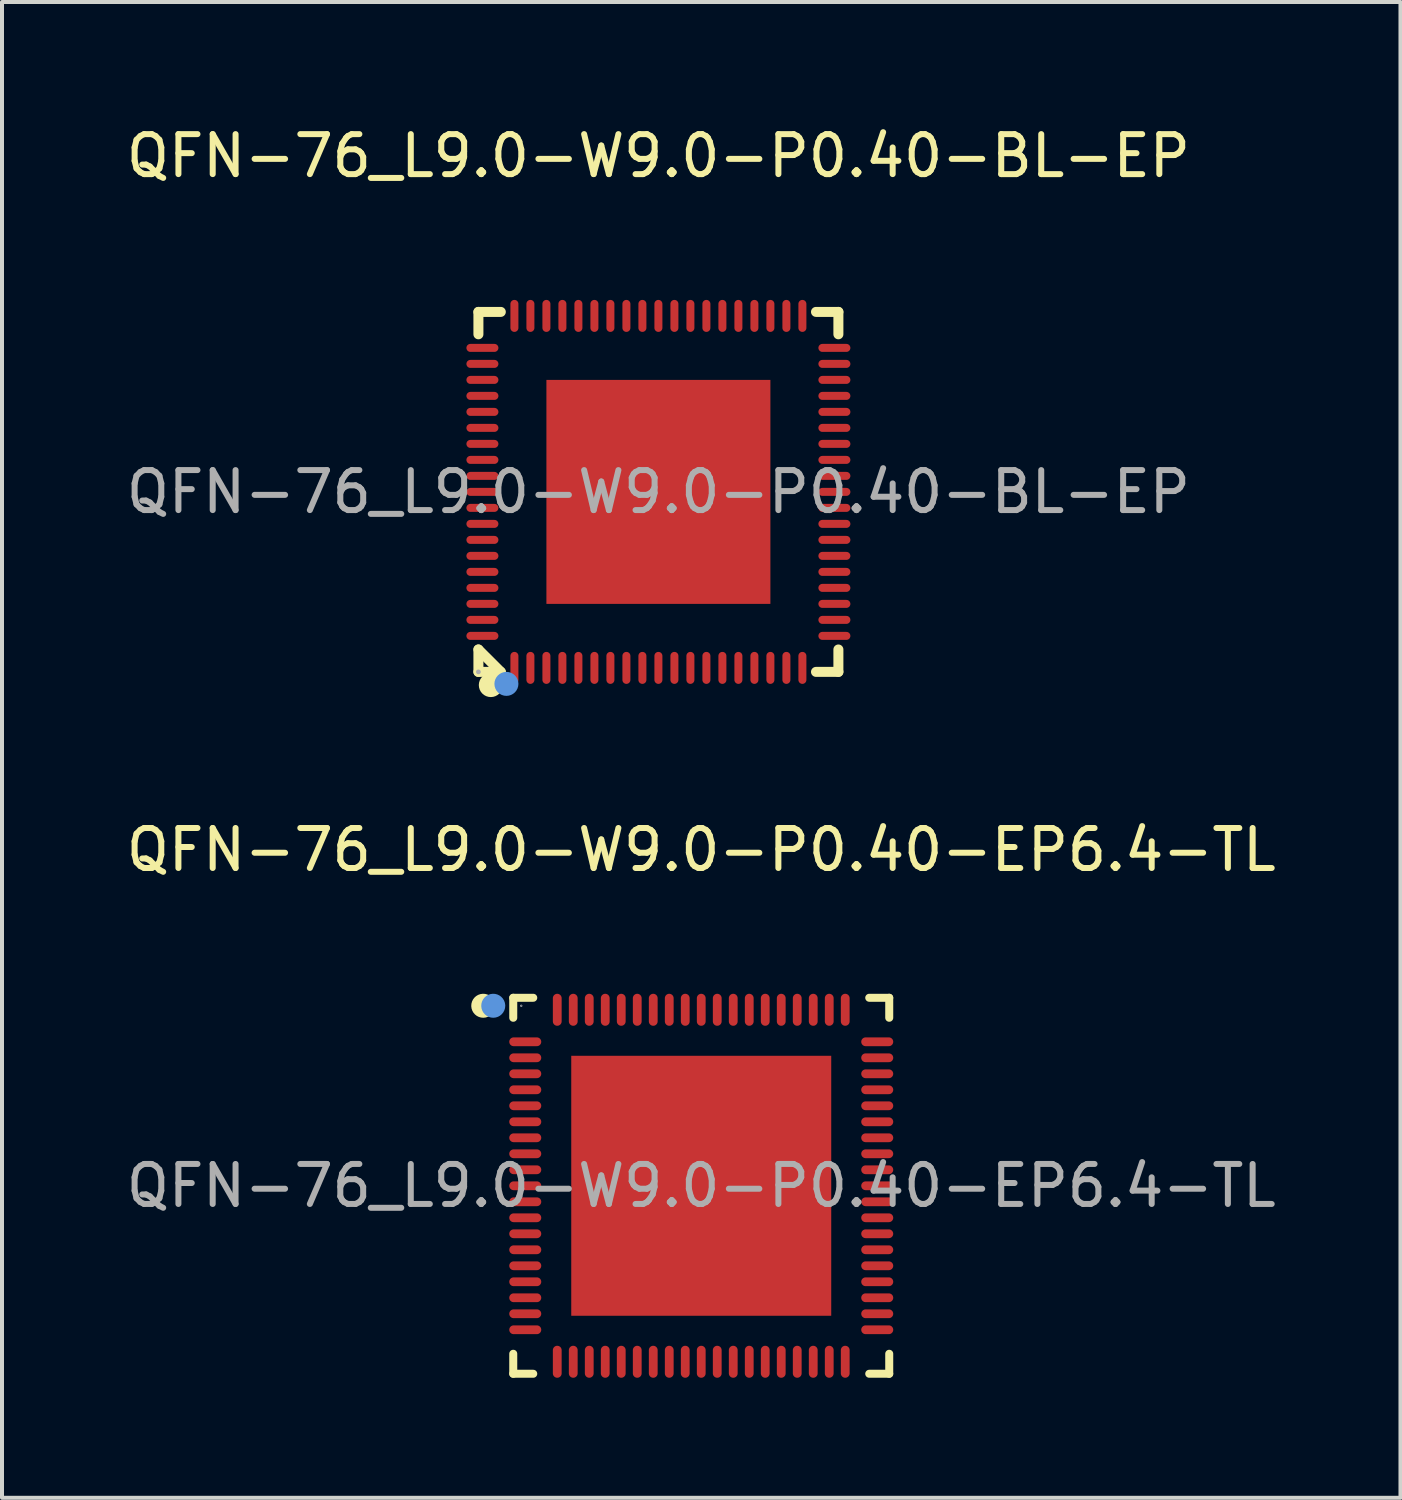
<source format=kicad_pcb>
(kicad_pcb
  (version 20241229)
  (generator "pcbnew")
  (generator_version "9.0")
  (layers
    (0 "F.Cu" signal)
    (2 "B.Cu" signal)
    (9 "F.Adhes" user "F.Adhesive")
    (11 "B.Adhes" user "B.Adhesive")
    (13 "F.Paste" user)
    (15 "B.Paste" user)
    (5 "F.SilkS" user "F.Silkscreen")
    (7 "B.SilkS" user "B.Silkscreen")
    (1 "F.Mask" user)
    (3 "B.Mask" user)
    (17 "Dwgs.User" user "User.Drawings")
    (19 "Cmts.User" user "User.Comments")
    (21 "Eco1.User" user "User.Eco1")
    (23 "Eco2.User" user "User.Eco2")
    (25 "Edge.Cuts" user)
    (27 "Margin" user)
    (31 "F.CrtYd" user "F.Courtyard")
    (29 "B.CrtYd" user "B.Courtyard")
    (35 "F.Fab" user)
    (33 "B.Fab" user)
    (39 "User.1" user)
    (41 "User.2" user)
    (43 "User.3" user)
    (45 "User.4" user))
  (footprint "QFN-76_L9.0-W9.0-P0.40-EP6.4-TL"
    (layer "F.Cu")
    (at 14.482 26.596)
    (property "Reference" "QFN-76_L9.0-W9.0-P0.40-EP6.4-TL" (at 0 -8.4 0) (layer "F.SilkS") (effects (font (size 1 1) (thickness 0.15))))
    (attr through_hole)
    (fp_line (start -4.7 -4.7) (end -4.2 -4.7) (stroke (width 0.2) (type solid)) (layer "F.SilkS"))
    (fp_line (start -4.7 -4.2) (end -4.7 -4.7) (stroke (width 0.2) (type solid)) (layer "F.SilkS"))
    (fp_line (start -4.7 4.7) (end -4.7 4.2) (stroke (width 0.2) (type solid)) (layer "F.SilkS"))
    (fp_line (start -4.2 4.7) (end -4.7 4.7) (stroke (width 0.2) (type solid)) (layer "F.SilkS"))
    (fp_line (start 4.2 4.7) (end 4.7 4.7) (stroke (width 0.2) (type solid)) (layer "F.SilkS"))
    (fp_line (start 4.7 -4.7) (end 4.2 -4.7) (stroke (width 0.2) (type solid)) (layer "F.SilkS"))
    (fp_line (start 4.7 -4.2) (end 4.7 -4.7) (stroke (width 0.2) (type solid)) (layer "F.SilkS"))
    (fp_line (start 4.7 4.7) (end 4.7 4.2) (stroke (width 0.2) (type solid)) (layer "F.SilkS"))
    (fp_arc (start -5.3 -4.5) (mid -5.599917 -4.495001) (end -5.300333 -4.509993) (stroke (width 0.3) (type solid)) (layer "F.SilkS"))
    (fp_arc (start -5.05 -4.5) (mid -5.349917 -4.495001) (end -5.050333 -4.509993) (stroke (width 0.3) (type solid)) (layer "Cmts.User"))
    (fp_circle (center -4.5 -4.5) (end -4.48 -4.5) (stroke (width 0.02) (type solid)) (fill no) (layer "F.Fab"))
    (fp_text user "${REFERENCE}" (at 0 0 0) (layer "F.Fab") (effects (font (size 1 1) (thickness 0.15))))
    (pad "1" smd oval (at -4.4 -3.6 90) (size 0.22 0.8) (layers "F.Cu" "F.Mask" "F.Paste"))
    (pad "2" smd oval (at -4.4 -3.2 90) (size 0.22 0.8) (layers "F.Cu" "F.Mask" "F.Paste"))
    (pad "3" smd oval (at -4.4 -2.8 90) (size 0.22 0.8) (layers "F.Cu" "F.Mask" "F.Paste"))
    (pad "4" smd oval (at -4.4 -2.4 90) (size 0.22 0.8) (layers "F.Cu" "F.Mask" "F.Paste"))
    (pad "5" smd oval (at -4.4 -2 90) (size 0.22 0.8) (layers "F.Cu" "F.Mask" "F.Paste"))
    (pad "6" smd oval (at -4.4 -1.6 90) (size 0.22 0.8) (layers "F.Cu" "F.Mask" "F.Paste"))
    (pad "7" smd oval (at -4.4 -1.2 90) (size 0.22 0.8) (layers "F.Cu" "F.Mask" "F.Paste"))
    (pad "8" smd oval (at -4.4 -0.8 90) (size 0.22 0.8) (layers "F.Cu" "F.Mask" "F.Paste"))
    (pad "9" smd oval (at -4.4 -0.4 90) (size 0.22 0.8) (layers "F.Cu" "F.Mask" "F.Paste"))
    (pad "10" smd oval (at -4.4 0 90) (size 0.22 0.8) (layers "F.Cu" "F.Mask" "F.Paste"))
    (pad "11" smd oval (at -4.4 0.4 90) (size 0.22 0.8) (layers "F.Cu" "F.Mask" "F.Paste"))
    (pad "12" smd oval (at -4.4 0.8 90) (size 0.22 0.8) (layers "F.Cu" "F.Mask" "F.Paste"))
    (pad "13" smd oval (at -4.4 1.2 90) (size 0.22 0.8) (layers "F.Cu" "F.Mask" "F.Paste"))
    (pad "14" smd oval (at -4.4 1.6 90) (size 0.22 0.8) (layers "F.Cu" "F.Mask" "F.Paste"))
    (pad "15" smd oval (at -4.4 2 90) (size 0.22 0.8) (layers "F.Cu" "F.Mask" "F.Paste"))
    (pad "16" smd oval (at -4.4 2.4 90) (size 0.22 0.8) (layers "F.Cu" "F.Mask" "F.Paste"))
    (pad "17" smd oval (at -4.4 2.8 90) (size 0.22 0.8) (layers "F.Cu" "F.Mask" "F.Paste"))
    (pad "18" smd oval (at -4.4 3.2 90) (size 0.22 0.8) (layers "F.Cu" "F.Mask" "F.Paste"))
    (pad "19" smd oval (at -4.4 3.6 90) (size 0.22 0.8) (layers "F.Cu" "F.Mask" "F.Paste"))
    (pad "20" smd oval (at -3.6 4.4 180) (size 0.22 0.8) (layers "F.Cu" "F.Mask" "F.Paste"))
    (pad "21" smd oval (at -3.2 4.4 180) (size 0.22 0.8) (layers "F.Cu" "F.Mask" "F.Paste"))
    (pad "22" smd oval (at -2.8 4.4 180) (size 0.22 0.8) (layers "F.Cu" "F.Mask" "F.Paste"))
    (pad "23" smd oval (at -2.4 4.4 180) (size 0.22 0.8) (layers "F.Cu" "F.Mask" "F.Paste"))
    (pad "24" smd oval (at -2 4.4 180) (size 0.22 0.8) (layers "F.Cu" "F.Mask" "F.Paste"))
    (pad "25" smd oval (at -1.6 4.4 180) (size 0.22 0.8) (layers "F.Cu" "F.Mask" "F.Paste"))
    (pad "26" smd oval (at -1.2 4.4 180) (size 0.22 0.8) (layers "F.Cu" "F.Mask" "F.Paste"))
    (pad "27" smd oval (at -0.8 4.4 180) (size 0.22 0.8) (layers "F.Cu" "F.Mask" "F.Paste"))
    (pad "28" smd oval (at -0.4 4.4 180) (size 0.22 0.8) (layers "F.Cu" "F.Mask" "F.Paste"))
    (pad "29" smd oval (at 0 4.4 180) (size 0.22 0.8) (layers "F.Cu" "F.Mask" "F.Paste"))
    (pad "30" smd oval (at 0.4 4.4 180) (size 0.22 0.8) (layers "F.Cu" "F.Mask" "F.Paste"))
    (pad "31" smd oval (at 0.8 4.4 180) (size 0.22 0.8) (layers "F.Cu" "F.Mask" "F.Paste"))
    (pad "32" smd oval (at 1.2 4.4 180) (size 0.22 0.8) (layers "F.Cu" "F.Mask" "F.Paste"))
    (pad "33" smd oval (at 1.6 4.4 180) (size 0.22 0.8) (layers "F.Cu" "F.Mask" "F.Paste"))
    (pad "34" smd oval (at 2 4.4 180) (size 0.22 0.8) (layers "F.Cu" "F.Mask" "F.Paste"))
    (pad "35" smd oval (at 2.4 4.4 180) (size 0.22 0.8) (layers "F.Cu" "F.Mask" "F.Paste"))
    (pad "36" smd oval (at 2.8 4.4 180) (size 0.22 0.8) (layers "F.Cu" "F.Mask" "F.Paste"))
    (pad "37" smd oval (at 3.2 4.4 180) (size 0.22 0.8) (layers "F.Cu" "F.Mask" "F.Paste"))
    (pad "38" smd oval (at 3.6 4.4 180) (size 0.22 0.8) (layers "F.Cu" "F.Mask" "F.Paste"))
    (pad "39" smd oval (at 4.4 3.6 270) (size 0.22 0.8) (layers "F.Cu" "F.Mask" "F.Paste"))
    (pad "40" smd oval (at 4.4 3.2 270) (size 0.22 0.8) (layers "F.Cu" "F.Mask" "F.Paste"))
    (pad "41" smd oval (at 4.4 2.8 270) (size 0.22 0.8) (layers "F.Cu" "F.Mask" "F.Paste"))
    (pad "42" smd oval (at 4.4 2.4 270) (size 0.22 0.8) (layers "F.Cu" "F.Mask" "F.Paste"))
    (pad "43" smd oval (at 4.4 2 270) (size 0.22 0.8) (layers "F.Cu" "F.Mask" "F.Paste"))
    (pad "44" smd oval (at 4.4 1.6 270) (size 0.22 0.8) (layers "F.Cu" "F.Mask" "F.Paste"))
    (pad "45" smd oval (at 4.4 1.2 270) (size 0.22 0.8) (layers "F.Cu" "F.Mask" "F.Paste"))
    (pad "46" smd oval (at 4.4 0.8 270) (size 0.22 0.8) (layers "F.Cu" "F.Mask" "F.Paste"))
    (pad "47" smd oval (at 4.4 0.4 270) (size 0.22 0.8) (layers "F.Cu" "F.Mask" "F.Paste"))
    (pad "48" smd oval (at 4.4 0 270) (size 0.22 0.8) (layers "F.Cu" "F.Mask" "F.Paste"))
    (pad "49" smd oval (at 4.4 -0.4 270) (size 0.22 0.8) (layers "F.Cu" "F.Mask" "F.Paste"))
    (pad "50" smd oval (at 4.4 -0.8 270) (size 0.22 0.8) (layers "F.Cu" "F.Mask" "F.Paste"))
    (pad "51" smd oval (at 4.4 -1.2 270) (size 0.22 0.8) (layers "F.Cu" "F.Mask" "F.Paste"))
    (pad "52" smd oval (at 4.4 -1.6 270) (size 0.22 0.8) (layers "F.Cu" "F.Mask" "F.Paste"))
    (pad "53" smd oval (at 4.4 -2 270) (size 0.22 0.8) (layers "F.Cu" "F.Mask" "F.Paste"))
    (pad "54" smd oval (at 4.4 -2.4 270) (size 0.22 0.8) (layers "F.Cu" "F.Mask" "F.Paste"))
    (pad "55" smd oval (at 4.4 -2.8 270) (size 0.22 0.8) (layers "F.Cu" "F.Mask" "F.Paste"))
    (pad "56" smd oval (at 4.4 -3.2 270) (size 0.22 0.8) (layers "F.Cu" "F.Mask" "F.Paste"))
    (pad "57" smd oval (at 4.4 -3.6 270) (size 0.22 0.8) (layers "F.Cu" "F.Mask" "F.Paste"))
    (pad "58" smd oval (at 3.6 -4.4) (size 0.22 0.8) (layers "F.Cu" "F.Mask" "F.Paste"))
    (pad "59" smd oval (at 3.2 -4.4) (size 0.22 0.8) (layers "F.Cu" "F.Mask" "F.Paste"))
    (pad "60" smd oval (at 2.8 -4.4) (size 0.22 0.8) (layers "F.Cu" "F.Mask" "F.Paste"))
    (pad "61" smd oval (at 2.4 -4.4) (size 0.22 0.8) (layers "F.Cu" "F.Mask" "F.Paste"))
    (pad "62" smd oval (at 2 -4.4) (size 0.22 0.8) (layers "F.Cu" "F.Mask" "F.Paste"))
    (pad "63" smd oval (at 1.6 -4.4) (size 0.22 0.8) (layers "F.Cu" "F.Mask" "F.Paste"))
    (pad "64" smd oval (at 1.2 -4.4) (size 0.22 0.8) (layers "F.Cu" "F.Mask" "F.Paste"))
    (pad "65" smd oval (at 0.8 -4.4) (size 0.22 0.8) (layers "F.Cu" "F.Mask" "F.Paste"))
    (pad "66" smd oval (at 0.4 -4.4) (size 0.22 0.8) (layers "F.Cu" "F.Mask" "F.Paste"))
    (pad "67" smd oval (at 0 -4.4) (size 0.22 0.8) (layers "F.Cu" "F.Mask" "F.Paste"))
    (pad "68" smd oval (at -0.4 -4.4) (size 0.22 0.8) (layers "F.Cu" "F.Mask" "F.Paste"))
    (pad "69" smd oval (at -0.8 -4.4) (size 0.22 0.8) (layers "F.Cu" "F.Mask" "F.Paste"))
    (pad "70" smd oval (at -1.2 -4.4) (size 0.22 0.8) (layers "F.Cu" "F.Mask" "F.Paste"))
    (pad "71" smd oval (at -1.6 -4.4) (size 0.22 0.8) (layers "F.Cu" "F.Mask" "F.Paste"))
    (pad "72" smd oval (at -2 -4.4) (size 0.22 0.8) (layers "F.Cu" "F.Mask" "F.Paste"))
    (pad "73" smd oval (at -2.4 -4.4) (size 0.22 0.8) (layers "F.Cu" "F.Mask" "F.Paste"))
    (pad "74" smd oval (at -2.8 -4.4) (size 0.22 0.8) (layers "F.Cu" "F.Mask" "F.Paste"))
    (pad "75" smd oval (at -3.2 -4.4) (size 0.22 0.8) (layers "F.Cu" "F.Mask" "F.Paste"))
    (pad "76" smd oval (at -3.6 -4.4) (size 0.22 0.8) (layers "F.Cu" "F.Mask" "F.Paste"))
    (pad "77" smd rect (at 0 0) (size 6.5 6.5) (layers "F.Cu" "F.Mask" "F.Paste")))
  (footprint "QFN-76_L9.0-W9.0-P0.40-BL-EP"
    (layer "F.Cu")
    (at 13.411 9.248)
    (property "Reference" "QFN-76_L9.0-W9.0-P0.40-BL-EP" (at 0 -8.4 0) (layer "F.SilkS") (effects (font (size 1 1) (thickness 0.15))))
    (attr through_hole)
    (fp_line (start -4.5 -4.5) (end -3.94 -4.5) (stroke (width 0.25) (type solid)) (layer "F.SilkS"))
    (fp_line (start -4.5 -3.94) (end -4.5 -4.5) (stroke (width 0.25) (type solid)) (layer "F.SilkS"))
    (fp_line (start -4.5 3.94) (end -3.94 4.5) (stroke (width 0.25) (type solid)) (layer "F.SilkS"))
    (fp_line (start -4.5 4.5) (end -4.5 3.94) (stroke (width 0.25) (type solid)) (layer "F.SilkS"))
    (fp_line (start -4.5 4.5) (end -3.94 4.5) (stroke (width 0.25) (type solid)) (layer "F.SilkS"))
    (fp_line (start 3.94 -4.5) (end 4.5 -4.5) (stroke (width 0.25) (type solid)) (layer "F.SilkS"))
    (fp_line (start 3.94 4.5) (end 4.5 4.5) (stroke (width 0.25) (type solid)) (layer "F.SilkS"))
    (fp_line (start 4.5 -4.5) (end 4.5 -3.94) (stroke (width 0.25) (type solid)) (layer "F.SilkS"))
    (fp_line (start 4.5 3.94) (end 4.5 4.5) (stroke (width 0.25) (type solid)) (layer "F.SilkS"))
    (fp_arc (start -4.19 4.83) (mid -4.19 4.83) (end -4.19 4.83) (stroke (width 0.3) (type solid)) (layer "F.SilkS"))
    (fp_circle (center -3.8 4.8) (end -3.65 4.8) (stroke (width 0.3) (type solid)) (fill no) (layer "Cmts.User"))
    (fp_circle (center -4.5 4.5) (end -4.47 4.5) (stroke (width 0.06) (type solid)) (fill no) (layer "F.Fab"))
    (fp_text user "${REFERENCE}" (at 0 0 0) (layer "F.Fab") (effects (font (size 1 1) (thickness 0.15))))
    (pad "1" smd oval (at -3.6 4.4 180) (size 0.2 0.8) (layers "F.Cu" "F.Mask" "F.Paste"))
    (pad "2" smd oval (at -3.2 4.4 180) (size 0.2 0.8) (layers "F.Cu" "F.Mask" "F.Paste"))
    (pad "3" smd oval (at -2.8 4.4 180) (size 0.2 0.8) (layers "F.Cu" "F.Mask" "F.Paste"))
    (pad "4" smd oval (at -2.4 4.4 180) (size 0.2 0.8) (layers "F.Cu" "F.Mask" "F.Paste"))
    (pad "5" smd oval (at -2 4.4 180) (size 0.2 0.8) (layers "F.Cu" "F.Mask" "F.Paste"))
    (pad "6" smd oval (at -1.6 4.4 180) (size 0.2 0.8) (layers "F.Cu" "F.Mask" "F.Paste"))
    (pad "7" smd oval (at -1.2 4.4 180) (size 0.2 0.8) (layers "F.Cu" "F.Mask" "F.Paste"))
    (pad "8" smd oval (at -0.8 4.4 180) (size 0.2 0.8) (layers "F.Cu" "F.Mask" "F.Paste"))
    (pad "9" smd oval (at -0.4 4.4 180) (size 0.2 0.8) (layers "F.Cu" "F.Mask" "F.Paste"))
    (pad "10" smd oval (at 0 4.4 180) (size 0.2 0.8) (layers "F.Cu" "F.Mask" "F.Paste"))
    (pad "11" smd oval (at 0.4 4.4 180) (size 0.2 0.8) (layers "F.Cu" "F.Mask" "F.Paste"))
    (pad "12" smd oval (at 0.8 4.4 180) (size 0.2 0.8) (layers "F.Cu" "F.Mask" "F.Paste"))
    (pad "13" smd oval (at 1.2 4.4 180) (size 0.2 0.8) (layers "F.Cu" "F.Mask" "F.Paste"))
    (pad "14" smd oval (at 1.6 4.4 180) (size 0.2 0.8) (layers "F.Cu" "F.Mask" "F.Paste"))
    (pad "15" smd oval (at 2 4.4 180) (size 0.2 0.8) (layers "F.Cu" "F.Mask" "F.Paste"))
    (pad "16" smd oval (at 2.4 4.4 180) (size 0.2 0.8) (layers "F.Cu" "F.Mask" "F.Paste"))
    (pad "17" smd oval (at 2.8 4.4 180) (size 0.2 0.8) (layers "F.Cu" "F.Mask" "F.Paste"))
    (pad "18" smd oval (at 3.2 4.4 180) (size 0.2 0.8) (layers "F.Cu" "F.Mask" "F.Paste"))
    (pad "19" smd oval (at 3.6 4.4 180) (size 0.2 0.8) (layers "F.Cu" "F.Mask" "F.Paste"))
    (pad "20" smd oval (at 4.4 3.6 270) (size 0.2 0.8) (layers "F.Cu" "F.Mask" "F.Paste"))
    (pad "21" smd oval (at 4.4 3.2 270) (size 0.2 0.8) (layers "F.Cu" "F.Mask" "F.Paste"))
    (pad "22" smd oval (at 4.4 2.8 270) (size 0.2 0.8) (layers "F.Cu" "F.Mask" "F.Paste"))
    (pad "23" smd oval (at 4.4 2.4 270) (size 0.2 0.8) (layers "F.Cu" "F.Mask" "F.Paste"))
    (pad "24" smd oval (at 4.4 2 270) (size 0.2 0.8) (layers "F.Cu" "F.Mask" "F.Paste"))
    (pad "25" smd oval (at 4.4 1.6 270) (size 0.2 0.8) (layers "F.Cu" "F.Mask" "F.Paste"))
    (pad "26" smd oval (at 4.4 1.2 270) (size 0.2 0.8) (layers "F.Cu" "F.Mask" "F.Paste"))
    (pad "27" smd oval (at 4.4 0.8 270) (size 0.2 0.8) (layers "F.Cu" "F.Mask" "F.Paste"))
    (pad "28" smd oval (at 4.4 0.4 270) (size 0.2 0.8) (layers "F.Cu" "F.Mask" "F.Paste"))
    (pad "29" smd oval (at 4.4 0 270) (size 0.2 0.8) (layers "F.Cu" "F.Mask" "F.Paste"))
    (pad "30" smd oval (at 4.4 -0.4 270) (size 0.2 0.8) (layers "F.Cu" "F.Mask" "F.Paste"))
    (pad "31" smd oval (at 4.4 -0.8 270) (size 0.2 0.8) (layers "F.Cu" "F.Mask" "F.Paste"))
    (pad "32" smd oval (at 4.4 -1.2 270) (size 0.2 0.8) (layers "F.Cu" "F.Mask" "F.Paste"))
    (pad "33" smd oval (at 4.4 -1.6 270) (size 0.2 0.8) (layers "F.Cu" "F.Mask" "F.Paste"))
    (pad "34" smd oval (at 4.4 -2 270) (size 0.2 0.8) (layers "F.Cu" "F.Mask" "F.Paste"))
    (pad "35" smd oval (at 4.4 -2.4 270) (size 0.2 0.8) (layers "F.Cu" "F.Mask" "F.Paste"))
    (pad "36" smd oval (at 4.4 -2.8 270) (size 0.2 0.8) (layers "F.Cu" "F.Mask" "F.Paste"))
    (pad "37" smd oval (at 4.4 -3.2 270) (size 0.2 0.8) (layers "F.Cu" "F.Mask" "F.Paste"))
    (pad "38" smd oval (at 4.4 -3.6 270) (size 0.2 0.8) (layers "F.Cu" "F.Mask" "F.Paste"))
    (pad "39" smd oval (at 3.6 -4.4) (size 0.2 0.8) (layers "F.Cu" "F.Mask" "F.Paste"))
    (pad "40" smd oval (at 3.2 -4.4) (size 0.2 0.8) (layers "F.Cu" "F.Mask" "F.Paste"))
    (pad "41" smd oval (at 2.8 -4.4) (size 0.2 0.8) (layers "F.Cu" "F.Mask" "F.Paste"))
    (pad "42" smd oval (at 2.4 -4.4) (size 0.2 0.8) (layers "F.Cu" "F.Mask" "F.Paste"))
    (pad "43" smd oval (at 2 -4.4) (size 0.2 0.8) (layers "F.Cu" "F.Mask" "F.Paste"))
    (pad "44" smd oval (at 1.6 -4.4) (size 0.2 0.8) (layers "F.Cu" "F.Mask" "F.Paste"))
    (pad "45" smd oval (at 1.2 -4.4) (size 0.2 0.8) (layers "F.Cu" "F.Mask" "F.Paste"))
    (pad "46" smd oval (at 0.8 -4.4) (size 0.2 0.8) (layers "F.Cu" "F.Mask" "F.Paste"))
    (pad "47" smd oval (at 0.4 -4.4) (size 0.2 0.8) (layers "F.Cu" "F.Mask" "F.Paste"))
    (pad "48" smd oval (at 0 -4.4) (size 0.2 0.8) (layers "F.Cu" "F.Mask" "F.Paste"))
    (pad "49" smd oval (at -0.4 -4.4) (size 0.2 0.8) (layers "F.Cu" "F.Mask" "F.Paste"))
    (pad "50" smd oval (at -0.8 -4.4) (size 0.2 0.8) (layers "F.Cu" "F.Mask" "F.Paste"))
    (pad "51" smd oval (at -1.2 -4.4) (size 0.2 0.8) (layers "F.Cu" "F.Mask" "F.Paste"))
    (pad "52" smd oval (at -1.6 -4.4) (size 0.2 0.8) (layers "F.Cu" "F.Mask" "F.Paste"))
    (pad "53" smd oval (at -2 -4.4) (size 0.2 0.8) (layers "F.Cu" "F.Mask" "F.Paste"))
    (pad "54" smd oval (at -2.4 -4.4) (size 0.2 0.8) (layers "F.Cu" "F.Mask" "F.Paste"))
    (pad "55" smd oval (at -2.8 -4.4) (size 0.2 0.8) (layers "F.Cu" "F.Mask" "F.Paste"))
    (pad "56" smd oval (at -3.2 -4.4) (size 0.2 0.8) (layers "F.Cu" "F.Mask" "F.Paste"))
    (pad "57" smd oval (at -3.6 -4.4) (size 0.2 0.8) (layers "F.Cu" "F.Mask" "F.Paste"))
    (pad "58" smd oval (at -4.4 -3.6 90) (size 0.2 0.8) (layers "F.Cu" "F.Mask" "F.Paste"))
    (pad "59" smd oval (at -4.4 -3.2 90) (size 0.2 0.8) (layers "F.Cu" "F.Mask" "F.Paste"))
    (pad "60" smd oval (at -4.4 -2.8 90) (size 0.2 0.8) (layers "F.Cu" "F.Mask" "F.Paste"))
    (pad "61" smd oval (at -4.4 -2.4 90) (size 0.2 0.8) (layers "F.Cu" "F.Mask" "F.Paste"))
    (pad "62" smd oval (at -4.4 -2 90) (size 0.2 0.8) (layers "F.Cu" "F.Mask" "F.Paste"))
    (pad "63" smd oval (at -4.4 -1.6 90) (size 0.2 0.8) (layers "F.Cu" "F.Mask" "F.Paste"))
    (pad "64" smd oval (at -4.4 -1.2 90) (size 0.2 0.8) (layers "F.Cu" "F.Mask" "F.Paste"))
    (pad "65" smd oval (at -4.4 -0.8 90) (size 0.2 0.8) (layers "F.Cu" "F.Mask" "F.Paste"))
    (pad "66" smd oval (at -4.4 -0.4 90) (size 0.2 0.8) (layers "F.Cu" "F.Mask" "F.Paste"))
    (pad "67" smd oval (at -4.4 0 90) (size 0.2 0.8) (layers "F.Cu" "F.Mask" "F.Paste"))
    (pad "68" smd oval (at -4.4 0.4 90) (size 0.2 0.8) (layers "F.Cu" "F.Mask" "F.Paste"))
    (pad "69" smd oval (at -4.4 0.8 90) (size 0.2 0.8) (layers "F.Cu" "F.Mask" "F.Paste"))
    (pad "70" smd oval (at -4.4 1.2 90) (size 0.2 0.8) (layers "F.Cu" "F.Mask" "F.Paste"))
    (pad "71" smd oval (at -4.4 1.6 90) (size 0.2 0.8) (layers "F.Cu" "F.Mask" "F.Paste"))
    (pad "72" smd oval (at -4.4 2 90) (size 0.2 0.8) (layers "F.Cu" "F.Mask" "F.Paste"))
    (pad "73" smd oval (at -4.4 2.4 90) (size 0.2 0.8) (layers "F.Cu" "F.Mask" "F.Paste"))
    (pad "74" smd oval (at -4.4 2.8 90) (size 0.2 0.8) (layers "F.Cu" "F.Mask" "F.Paste"))
    (pad "75" smd oval (at -4.4 3.2 90) (size 0.2 0.8) (layers "F.Cu" "F.Mask" "F.Paste"))
    (pad "76" smd oval (at -4.4 3.6 90) (size 0.2 0.8) (layers "F.Cu" "F.Mask" "F.Paste"))
    (pad "77" smd rect (at 0 0 90) (size 5.6 5.6) (layers "F.Cu" "F.Mask" "F.Paste")))
  (gr_rect
    (start -3 -3)
    (end 31.964 34.397)
    (stroke (width 0.1) (type default))
    (fill no)
    (layer "Edge.Cuts")))
</source>
